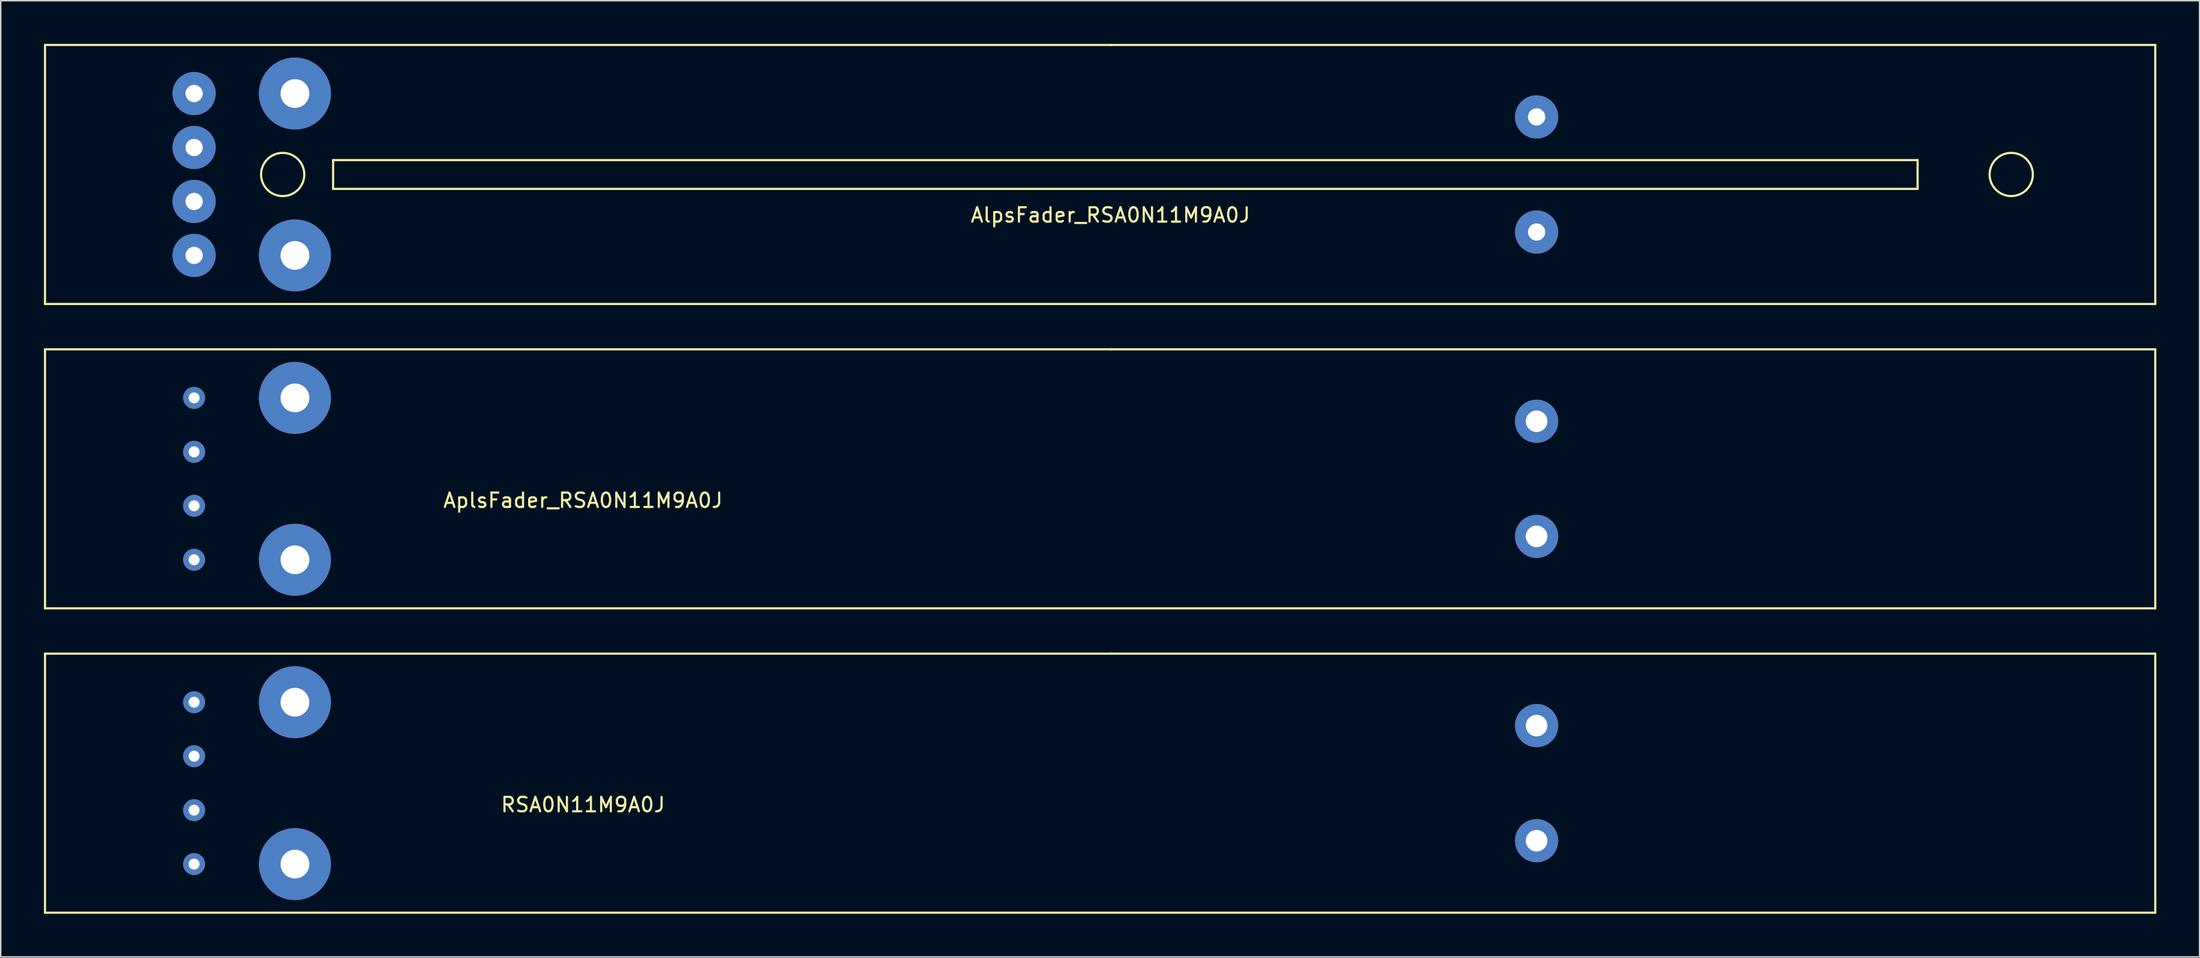
<source format=kicad_pcb>
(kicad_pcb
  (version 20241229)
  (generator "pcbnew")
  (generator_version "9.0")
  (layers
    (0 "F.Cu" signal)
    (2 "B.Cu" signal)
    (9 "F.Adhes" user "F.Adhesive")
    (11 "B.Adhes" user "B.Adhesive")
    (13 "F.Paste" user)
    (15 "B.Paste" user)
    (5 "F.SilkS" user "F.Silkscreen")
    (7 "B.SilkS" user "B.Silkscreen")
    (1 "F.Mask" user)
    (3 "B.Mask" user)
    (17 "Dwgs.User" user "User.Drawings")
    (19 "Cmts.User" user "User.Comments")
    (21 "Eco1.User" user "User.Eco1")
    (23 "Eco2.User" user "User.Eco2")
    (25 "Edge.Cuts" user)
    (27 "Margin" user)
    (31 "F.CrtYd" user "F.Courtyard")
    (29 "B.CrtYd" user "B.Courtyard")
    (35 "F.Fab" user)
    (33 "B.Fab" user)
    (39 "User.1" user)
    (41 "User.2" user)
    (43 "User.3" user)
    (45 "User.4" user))
  (footprint "RSA0N11M9A0J"
    (layer "F.Cu")
    (at 74.075 51.375)
    (property "Reference" "RSA0N11M9A0J" (at -36.65 1.5 0) (layer "F.SilkS") (effects (font (size 1 1) (thickness 0.15))))
    (attr through_hole)
    (fp_line (start -74 -9) (end -74 9) (stroke (width 0.15) (type solid)) (layer "F.SilkS"))
    (fp_line (start -74 9) (end 72.5 9) (stroke (width 0.15) (type solid)) (layer "F.SilkS"))
    (fp_line (start 0.05 -9) (end -74 -9) (stroke (width 0.15) (type solid)) (layer "F.SilkS"))
    (fp_line (start 72.5 -9) (end 0 -9) (stroke (width 0.15) (type solid)) (layer "F.SilkS"))
    (fp_line (start 72.5 9) (end 72.5 -9) (stroke (width 0.15) (type solid)) (layer "F.SilkS"))
    (pad "1" thru_hole circle (at -63.65 -5.625) (size 1.524 1.524) (drill 0.762) (layers "*.Cu" "*.Mask"))
    (pad "2" thru_hole circle (at -63.65 5.625) (size 1.524 1.524) (drill 0.762) (layers "*.Cu" "*.Mask"))
    (pad "3" thru_hole circle (at -63.65 1.875) (size 1.524 1.524) (drill 0.762) (layers "*.Cu" "*.Mask"))
    (pad "A" thru_hole circle (at 29.55 -4) (size 3 3) (drill 1.5) (layers "*.Cu" "*.Mask"))
    (pad "B" thru_hole circle (at 29.55 4) (size 3 3) (drill 1.5) (layers "*.Cu" "*.Mask"))
    (pad "G" thru_hole circle (at -56.65 -5.625) (size 5 5) (drill 2) (layers "*.Cu" "*.Mask"))
    (pad "G" thru_hole circle (at -56.65 5.625) (size 5 5) (drill 2) (layers "*.Cu" "*.Mask"))
    (pad "T" thru_hole circle (at -63.65 -1.875) (size 1.524 1.524) (drill 0.762) (layers "*.Cu" "*.Mask")))
  (footprint "AlpsFader_RSA0N11M9A0J"
    (layer "F.Cu")
    (at 74.075 9.075)
    (property "Reference" "AlpsFader_RSA0N11M9A0J" (at -0.03 2.82 0) (layer "F.SilkS") (effects (font (size 1 1) (thickness 0.15))))
    (attr through_hole)
    (fp_line (start -74 -9) (end -74 9) (stroke (width 0.15) (type solid)) (layer "F.SilkS"))
    (fp_line (start -74 9) (end 72.5 9) (stroke (width 0.15) (type solid)) (layer "F.SilkS"))
    (fp_line (start -54 -1) (end -54 1) (stroke (width 0.15) (type solid)) (layer "F.SilkS"))
    (fp_line (start -54 1) (end 56 1) (stroke (width 0.15) (type solid)) (layer "F.SilkS"))
    (fp_line (start 0.05 -9) (end -74 -9) (stroke (width 0.15) (type solid)) (layer "F.SilkS"))
    (fp_line (start 56 -1) (end -54 -1) (stroke (width 0.15) (type solid)) (layer "F.SilkS"))
    (fp_line (start 56 0) (end 56 -1) (stroke (width 0.15) (type solid)) (layer "F.SilkS"))
    (fp_line (start 56 1) (end 56 0) (stroke (width 0.15) (type solid)) (layer "F.SilkS"))
    (fp_line (start 72.5 -9) (end 0 -9) (stroke (width 0.15) (type solid)) (layer "F.SilkS"))
    (fp_line (start 72.5 9) (end 72.5 -9) (stroke (width 0.15) (type solid)) (layer "F.SilkS"))
    (fp_circle (center -57.5 0) (end -56 0) (stroke (width 0.15) (type solid)) (fill no) (layer "F.SilkS"))
    (fp_circle (center 62.5 0) (end 64 0) (stroke (width 0.15) (type solid)) (fill no) (layer "F.SilkS"))
    (pad "1" thru_hole circle (at -63.65 -5.625) (size 3 3) (drill 1.2) (layers "*.Cu" "*.Mask"))
    (pad "2" thru_hole circle (at -63.65 5.625) (size 3 3) (drill 1.2) (layers "*.Cu" "*.Mask"))
    (pad "3" thru_hole circle (at -63.65 1.875) (size 3 3) (drill 1.2) (layers "*.Cu" "*.Mask"))
    (pad "A" thru_hole circle (at 29.55 -4) (size 3 3) (drill 1.2) (layers "*.Cu" "*.Mask"))
    (pad "B" thru_hole circle (at 29.55 4) (size 3 3) (drill 1.2) (layers "*.Cu" "*.Mask"))
    (pad "G" thru_hole circle (at -56.65 -5.625) (size 5 5) (drill 2) (layers "*.Cu" "*.Mask"))
    (pad "G" thru_hole circle (at -56.65 5.625) (size 5 5) (drill 2) (layers "*.Cu" "*.Mask"))
    (pad "T" thru_hole circle (at -63.65 -1.875) (size 3 3) (drill 1.2) (layers "*.Cu" "*.Mask")))
  (footprint "AplsFader_RSA0N11M9A0J"
    (layer "F.Cu")
    (at 74.075 30.225)
    (property "Reference" "AplsFader_RSA0N11M9A0J" (at -36.65 1.5 0) (layer "F.SilkS") (effects (font (size 1 1) (thickness 0.15))))
    (attr through_hole)
    (fp_line (start -74 -9) (end -74 9) (stroke (width 0.15) (type solid)) (layer "F.SilkS"))
    (fp_line (start -74 9) (end 72.5 9) (stroke (width 0.15) (type solid)) (layer "F.SilkS"))
    (fp_line (start 0.05 -9) (end -74 -9) (stroke (width 0.15) (type solid)) (layer "F.SilkS"))
    (fp_line (start 72.5 -9) (end 0 -9) (stroke (width 0.15) (type solid)) (layer "F.SilkS"))
    (fp_line (start 72.5 9) (end 72.5 -9) (stroke (width 0.15) (type solid)) (layer "F.SilkS"))
    (pad "1" thru_hole circle (at -63.65 -5.625) (size 1.524 1.524) (drill 0.762) (layers "*.Cu" "*.Mask"))
    (pad "2" thru_hole circle (at -63.65 5.625) (size 1.524 1.524) (drill 0.762) (layers "*.Cu" "*.Mask"))
    (pad "3" thru_hole circle (at -63.65 1.875) (size 1.524 1.524) (drill 0.762) (layers "*.Cu" "*.Mask"))
    (pad "A" thru_hole circle (at 29.55 -4) (size 3 3) (drill 1.5) (layers "*.Cu" "*.Mask"))
    (pad "B" thru_hole circle (at 29.55 4) (size 3 3) (drill 1.5) (layers "*.Cu" "*.Mask"))
    (pad "G" thru_hole circle (at -56.65 -5.625) (size 5 5) (drill 2) (layers "*.Cu" "*.Mask"))
    (pad "G" thru_hole circle (at -56.65 5.625) (size 5 5) (drill 2) (layers "*.Cu" "*.Mask"))
    (pad "T" thru_hole circle (at -63.65 -1.875) (size 1.524 1.524) (drill 0.762) (layers "*.Cu" "*.Mask")))
  (gr_rect
    (start -3 -3)
    (end 149.65 63.45)
    (stroke (width 0.1) (type default))
    (fill no)
    (layer "Edge.Cuts")))
</source>
